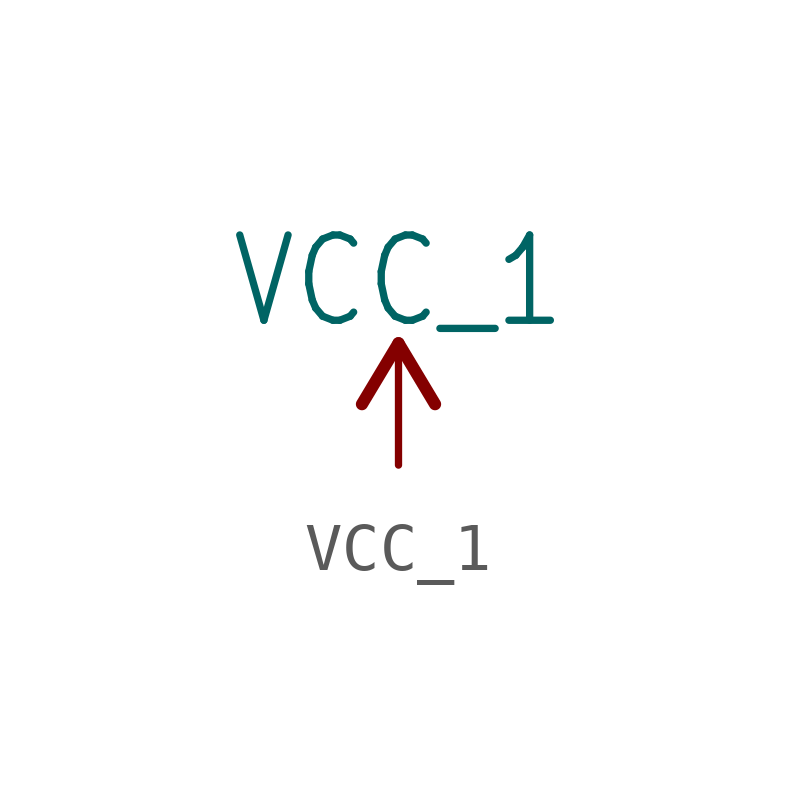
<source format=kicad_sym>
(kicad_symbol_lib
  (version 20220914)
  (generator kicad_symbol_editor)
  (symbol "VCC_1"
    (power)
    (property "Reference" "#SUPPLY"
      (at 0 0 0)
      (effects (font (size 1.27 1.27)) hide))
    (property "Value" "VCC_1"
      (at 0 2.794 0)
      (effects (font (size 1.778 1.511)) (justify bottom)))
    (property "ki_locked" ""
      (at 0 0 0)
      (effects (font (size 1.27 1.27))))
    (symbol "VCC_1_1_0"
      (polyline (pts (xy 0 2.54) (xy -0.762 1.27)) (stroke (width 0.254) (type solid)) (fill (type none)))
      (polyline (pts (xy 0.762 1.27) (xy 0 2.54)) (stroke (width 0.254) (type solid)) (fill (type none)))
      (pin power_in line (at 0 0 90) (length 2.54) (name "VCC_1" (effects (font (size 0 0)))) (number "1" (effects (font (size 0 0))))))))
</source>
